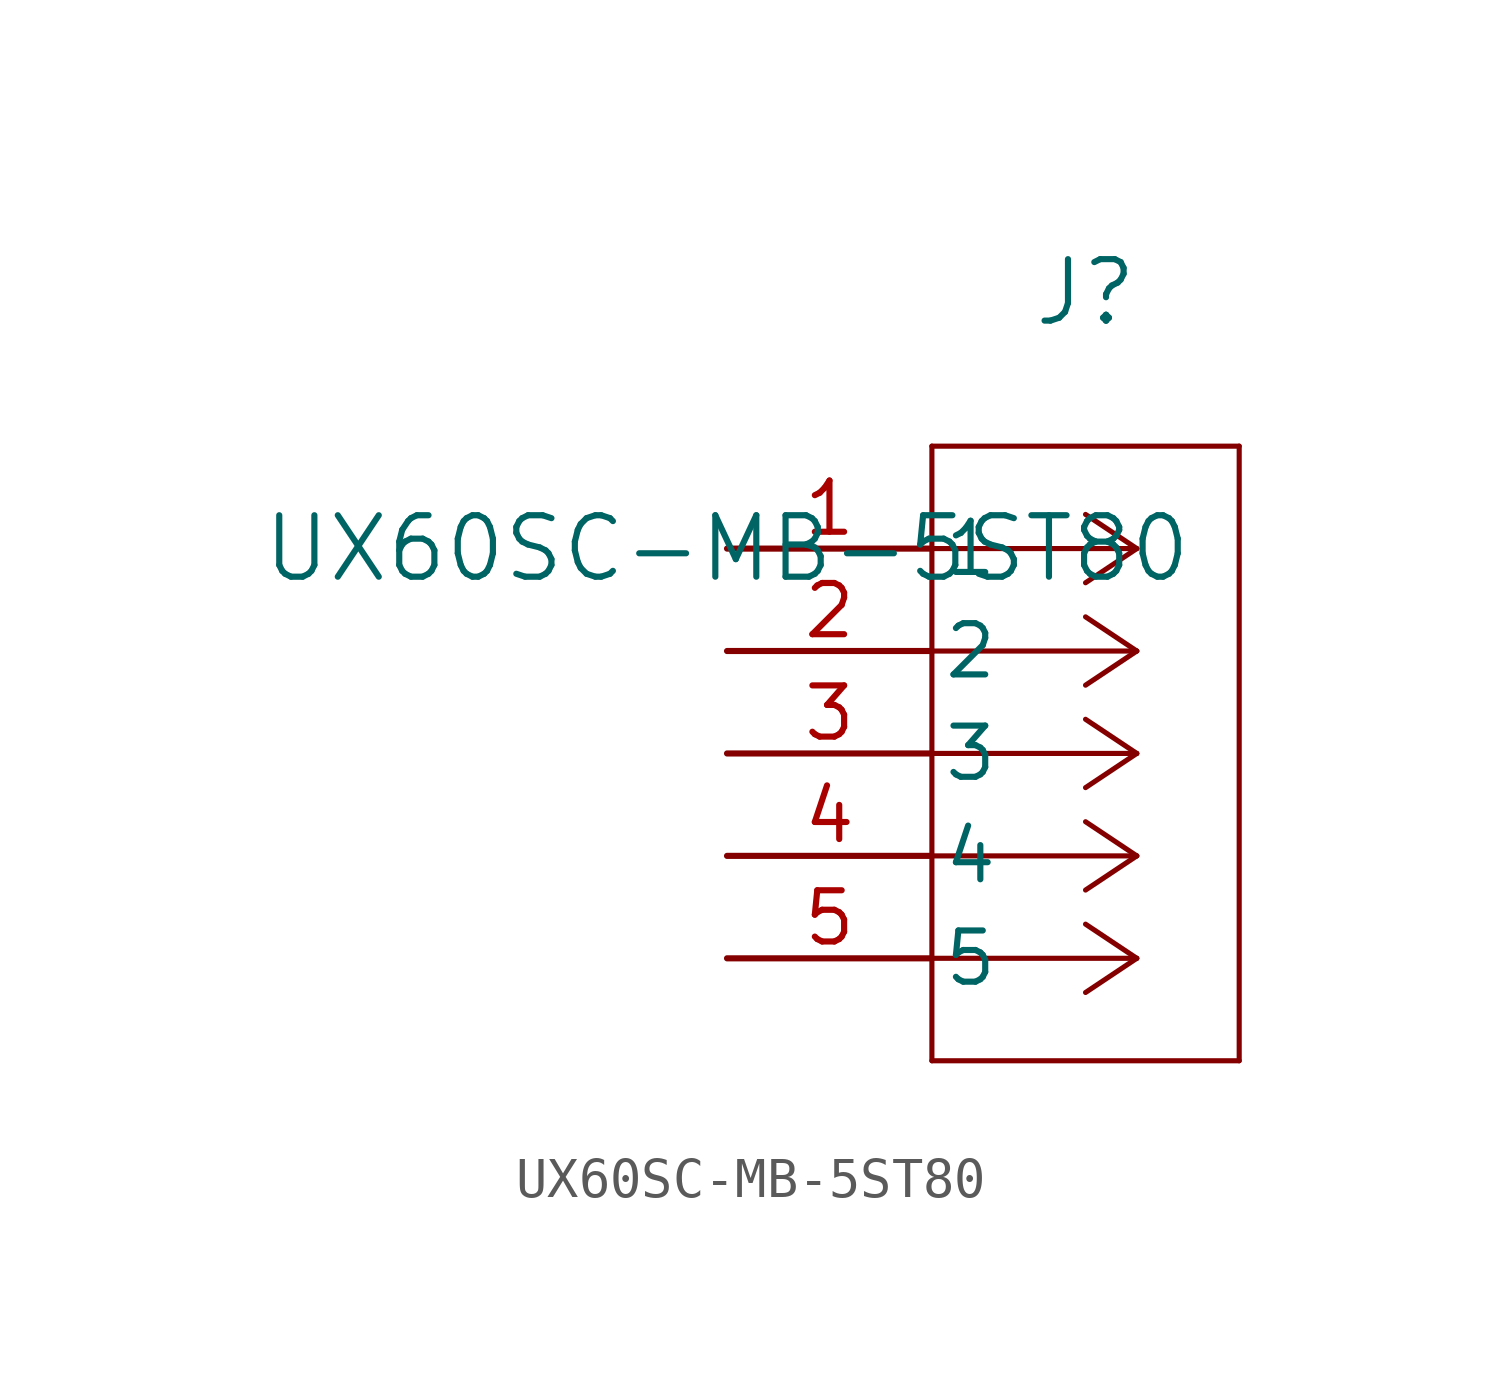
<source format=kicad_sym>
(kicad_symbol_lib
  (version 20211014)
  (generator kicad_symbol_editor)
  (symbol "UX60SC-MB-5ST80"
    (pin_names
      (offset 0.254))
    (property "Reference" "J"
      (at 8.89 6.35 0)
      (effects (font (size 1.524 1.524))))
    (property "Value" "UX60SC-MB-5ST80"
      (at 0 0 0)
      (effects (font (size 1.524 1.524))))
    (symbol "UX60SC-MB-5ST80_0_1"
      (polyline (pts (xy 10.16 0) (xy 5.08 0)) (stroke (width 0.127) (type default) (color 0 0 0 0)) (fill (type none)))
      (polyline (pts (xy 10.16 -2.54) (xy 5.08 -2.54)) (stroke (width 0.127) (type default) (color 0 0 0 0)) (fill (type none)))
      (polyline (pts (xy 10.16 -5.08) (xy 5.08 -5.08)) (stroke (width 0.127) (type default) (color 0 0 0 0)) (fill (type none)))
      (polyline (pts (xy 10.16 -7.62) (xy 5.08 -7.62)) (stroke (width 0.127) (type default) (color 0 0 0 0)) (fill (type none)))
      (polyline (pts (xy 10.16 -10.16) (xy 5.08 -10.16)) (stroke (width 0.127) (type default) (color 0 0 0 0)) (fill (type none)))
      (polyline (pts (xy 10.16 0) (xy 8.89 0.847)) (stroke (width 0.127) (type default) (color 0 0 0 0)) (fill (type none)))
      (polyline (pts (xy 10.16 -2.54) (xy 8.89 -1.693)) (stroke (width 0.127) (type default) (color 0 0 0 0)) (fill (type none)))
      (polyline (pts (xy 10.16 -5.08) (xy 8.89 -4.233)) (stroke (width 0.127) (type default) (color 0 0 0 0)) (fill (type none)))
      (polyline (pts (xy 10.16 -7.62) (xy 8.89 -6.773)) (stroke (width 0.127) (type default) (color 0 0 0 0)) (fill (type none)))
      (polyline (pts (xy 10.16 -10.16) (xy 8.89 -9.313)) (stroke (width 0.127) (type default) (color 0 0 0 0)) (fill (type none)))
      (polyline (pts (xy 10.16 0) (xy 8.89 -0.847)) (stroke (width 0.127) (type default) (color 0 0 0 0)) (fill (type none)))
      (polyline (pts (xy 10.16 -2.54) (xy 8.89 -3.387)) (stroke (width 0.127) (type default) (color 0 0 0 0)) (fill (type none)))
      (polyline (pts (xy 10.16 -5.08) (xy 8.89 -5.927)) (stroke (width 0.127) (type default) (color 0 0 0 0)) (fill (type none)))
      (polyline (pts (xy 10.16 -7.62) (xy 8.89 -8.467)) (stroke (width 0.127) (type default) (color 0 0 0 0)) (fill (type none)))
      (polyline (pts (xy 10.16 -10.16) (xy 8.89 -11.007)) (stroke (width 0.127) (type default) (color 0 0 0 0)) (fill (type none)))
      (polyline (pts (xy 5.08 2.54) (xy 5.08 -12.7)) (stroke (width 0.127) (type default) (color 0 0 0 0)) (fill (type none)))
      (polyline (pts (xy 5.08 -12.7) (xy 12.7 -12.7)) (stroke (width 0.127) (type default) (color 0 0 0 0)) (fill (type none)))
      (polyline (pts (xy 12.7 -12.7) (xy 12.7 2.54)) (stroke (width 0.127) (type default) (color 0 0 0 0)) (fill (type none)))
      (polyline (pts (xy 12.7 2.54) (xy 5.08 2.54)) (stroke (width 0.127) (type default) (color 0 0 0 0)) (fill (type none)))
      (pin unspecified line (at 0 0 0) (length 5.08) (name "1" (effects (font (size 1.27 1.27)))) (number "1" (effects (font (size 1.27 1.27)))))
      (pin unspecified line (at 0 -2.54 0) (length 5.08) (name "2" (effects (font (size 1.27 1.27)))) (number "2" (effects (font (size 1.27 1.27)))))
      (pin unspecified line (at 0 -5.08 0) (length 5.08) (name "3" (effects (font (size 1.27 1.27)))) (number "3" (effects (font (size 1.27 1.27)))))
      (pin unspecified line (at 0 -7.62 0) (length 5.08) (name "4" (effects (font (size 1.27 1.27)))) (number "4" (effects (font (size 1.27 1.27)))))
      (pin unspecified line (at 0 -10.16 0) (length 5.08) (name "5" (effects (font (size 1.27 1.27)))) (number "5" (effects (font (size 1.27 1.27))))))))
</source>
